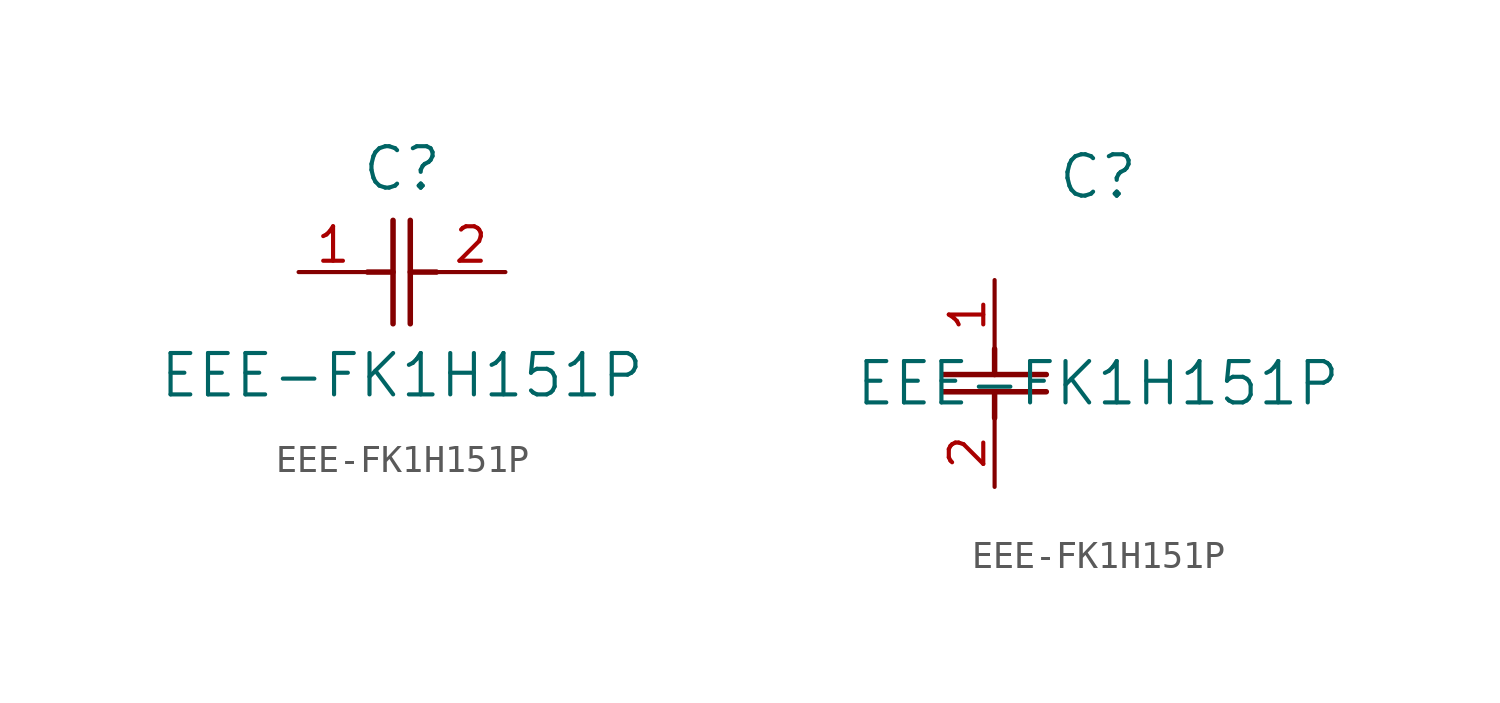
<source format=kicad_sym>
(kicad_symbol_lib
  (version 20211014)
  (generator kicad_symbol_editor)
  (symbol "EEE-FK1H151P"
    (pin_names
      (offset 0.254))
    (property "Reference" "C"
      (at 3.81 3.81 0)
      (effects (font (size 1.524 1.524))))
    (property "Value" "EEE-FK1H151P"
      (at 3.81 -3.81 0)
      (effects (font (size 1.524 1.524))))
    (symbol "EEE-FK1H151P_1_1"
      (polyline (pts (xy 3.48 -1.905) (xy 3.48 1.905)) (stroke (width 0.203) (type default) (color 0 0 0 0)) (fill (type none)))
      (polyline (pts (xy 4.115 -1.905) (xy 4.115 1.905)) (stroke (width 0.203) (type default) (color 0 0 0 0)) (fill (type none)))
      (polyline (pts (xy 4.115 0) (xy 5.08 0)) (stroke (width 0.203) (type default) (color 0 0 0 0)) (fill (type none)))
      (polyline (pts (xy 2.54 0) (xy 3.48 0)) (stroke (width 0.203) (type default) (color 0 0 0 0)) (fill (type none)))
      (pin unspecified line (at 0 0 0) (length 2.54) (name "" (effects (font (size 1.27 1.27)))) (number "1" (effects (font (size 1.27 1.27)))))
      (pin unspecified line (at 7.62 0 180) (length 2.54) (name "" (effects (font (size 1.27 1.27)))) (number "2" (effects (font (size 1.27 1.27))))))
    (symbol "EEE-FK1H151P_1_2"
      (polyline (pts (xy -1.905 -3.48) (xy 1.905 -3.48)) (stroke (width 0.203) (type default) (color 0 0 0 0)) (fill (type none)))
      (polyline (pts (xy -1.905 -4.115) (xy 1.905 -4.115)) (stroke (width 0.203) (type default) (color 0 0 0 0)) (fill (type none)))
      (polyline (pts (xy 0 -4.115) (xy 0 -5.08)) (stroke (width 0.203) (type default) (color 0 0 0 0)) (fill (type none)))
      (polyline (pts (xy 0 -2.54) (xy 0 -3.48)) (stroke (width 0.203) (type default) (color 0 0 0 0)) (fill (type none)))
      (pin unspecified line (at 0 0 270) (length 2.54) (name "" (effects (font (size 1.27 1.27)))) (number "1" (effects (font (size 1.27 1.27)))))
      (pin unspecified line (at 0 -7.62 90) (length 2.54) (name "" (effects (font (size 1.27 1.27)))) (number "2" (effects (font (size 1.27 1.27))))))))
</source>
